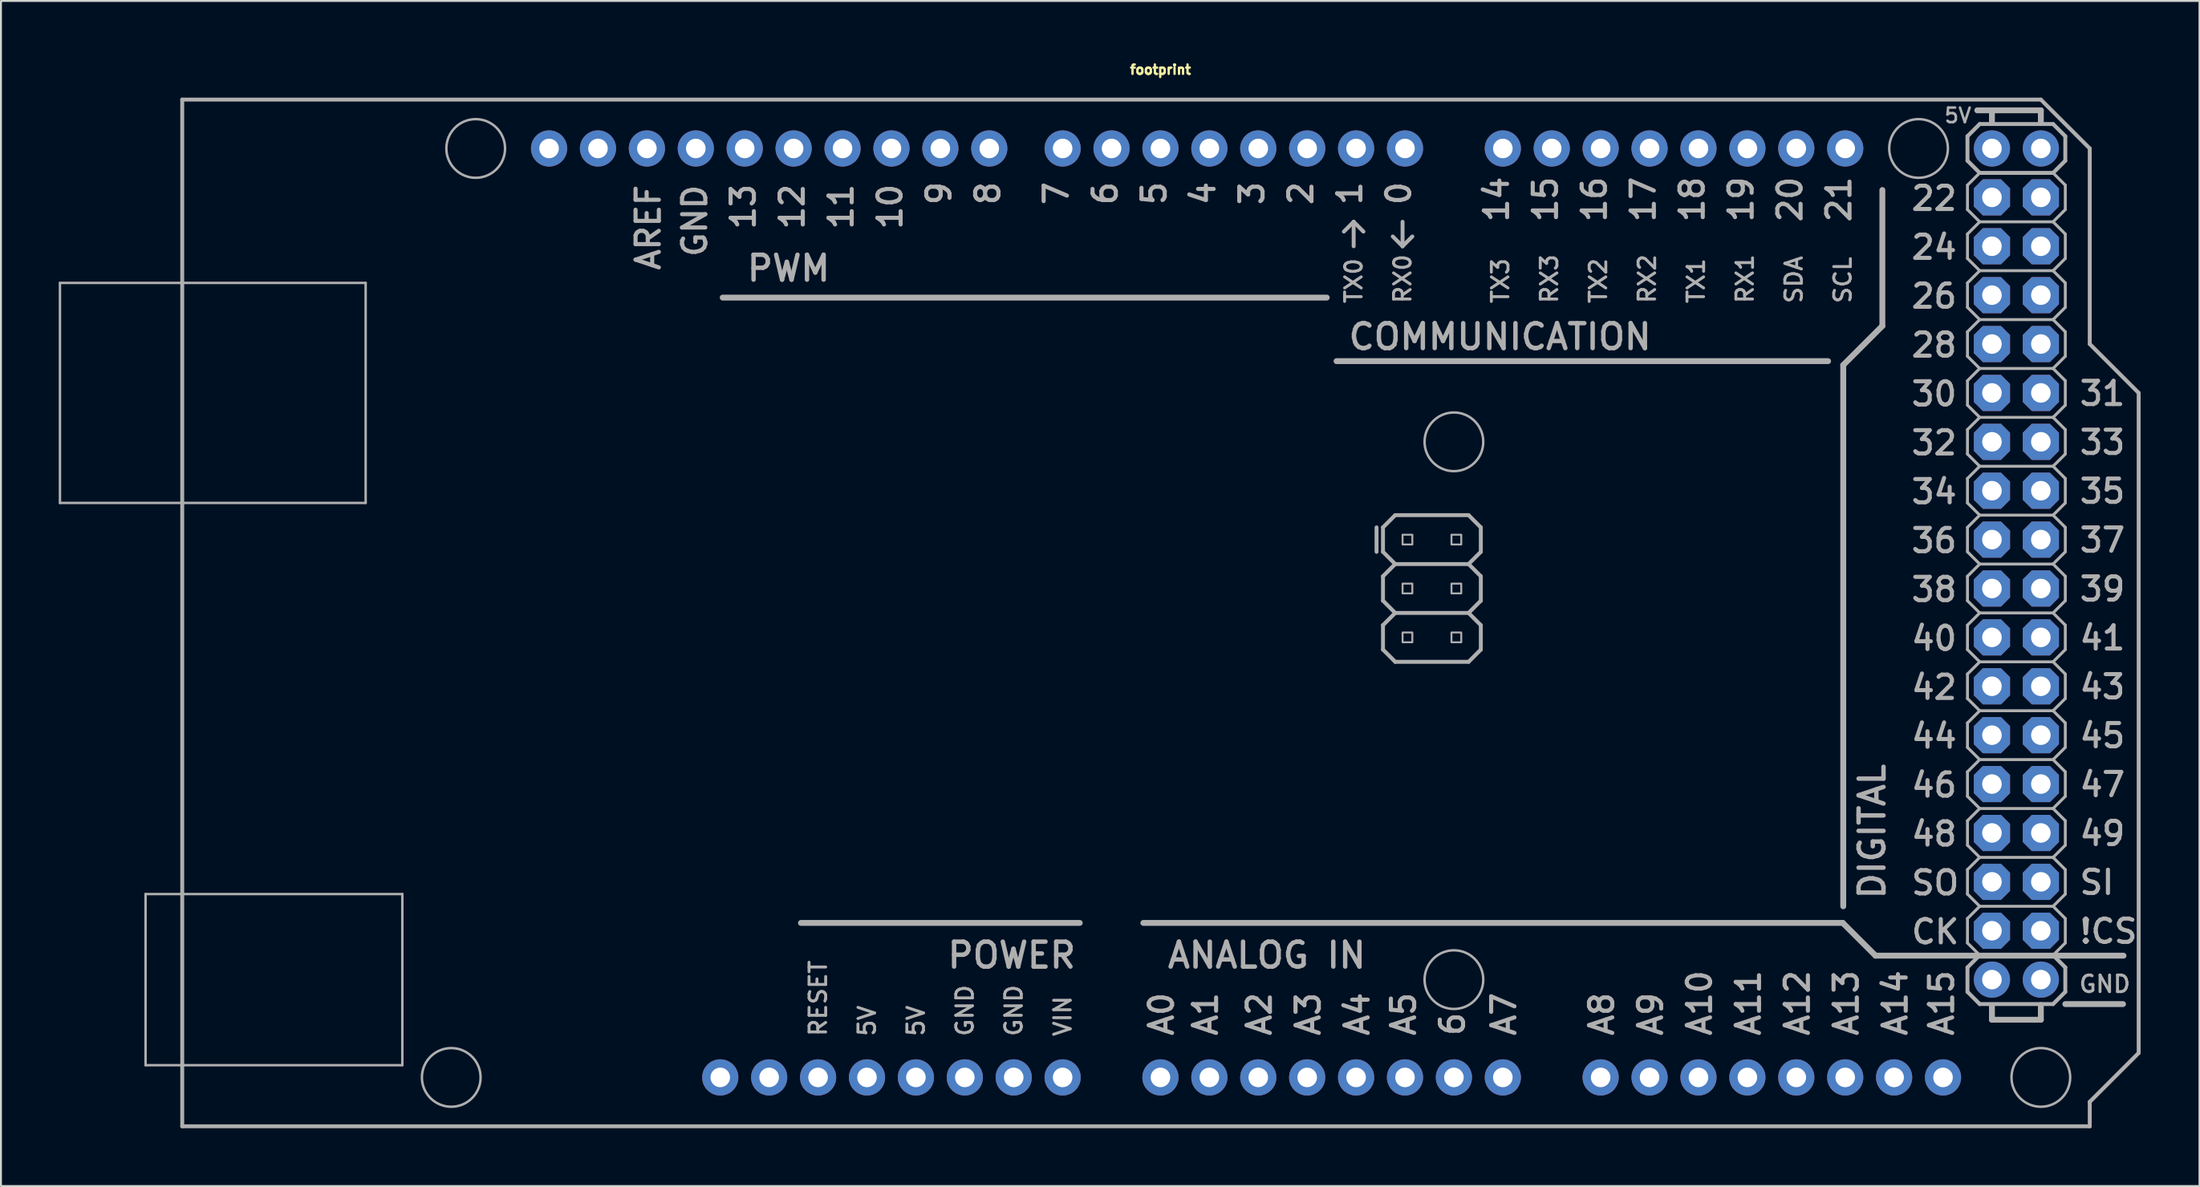
<source format=kicad_pcb>
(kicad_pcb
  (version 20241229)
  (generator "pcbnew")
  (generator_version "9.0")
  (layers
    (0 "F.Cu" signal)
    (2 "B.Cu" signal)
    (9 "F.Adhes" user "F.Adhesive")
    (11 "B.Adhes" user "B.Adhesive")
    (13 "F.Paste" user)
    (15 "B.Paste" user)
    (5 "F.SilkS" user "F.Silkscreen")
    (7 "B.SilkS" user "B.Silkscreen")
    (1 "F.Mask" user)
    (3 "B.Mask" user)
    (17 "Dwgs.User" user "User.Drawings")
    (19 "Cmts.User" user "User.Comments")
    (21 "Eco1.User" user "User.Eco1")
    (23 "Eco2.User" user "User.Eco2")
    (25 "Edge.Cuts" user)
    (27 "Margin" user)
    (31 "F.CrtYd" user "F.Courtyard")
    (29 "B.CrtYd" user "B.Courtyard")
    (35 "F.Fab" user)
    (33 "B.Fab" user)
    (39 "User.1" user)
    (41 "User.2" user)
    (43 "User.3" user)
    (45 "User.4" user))
  (footprint "footprint"
    (layer "F.Cu")
    (at 55.944 28.793)
    (property "Reference" "footprint" (at 1.27 -27.94 0) (layer "F.SilkS") (effects (font (size 0.488 0.488) (thickness 0.122)) (justify bottom)))
    (fp_line (start -55.88 -17.145) (end -55.88 -5.715) (stroke (width 0.127) (type solid)) (layer "F.Fab"))
    (fp_line (start -55.88 -5.715) (end -40.005 -5.715) (stroke (width 0.127) (type solid)) (layer "F.Fab"))
    (fp_line (start -51.435 14.605) (end -51.435 23.495) (stroke (width 0.127) (type solid)) (layer "F.Fab"))
    (fp_line (start -51.435 23.495) (end -38.1 23.495) (stroke (width 0.127) (type solid)) (layer "F.Fab"))
    (fp_line (start -49.53 -26.67) (end 46.99 -26.67) (stroke (width 0.203) (type solid)) (layer "F.Fab"))
    (fp_line (start -49.53 26.67) (end -49.53 -26.67) (stroke (width 0.203) (type solid)) (layer "F.Fab"))
    (fp_line (start -40.005 -17.145) (end -55.88 -17.145) (stroke (width 0.127) (type solid)) (layer "F.Fab"))
    (fp_line (start -40.005 -5.715) (end -40.005 -17.145) (stroke (width 0.127) (type solid)) (layer "F.Fab"))
    (fp_line (start -38.1 14.605) (end -51.435 14.605) (stroke (width 0.127) (type solid)) (layer "F.Fab"))
    (fp_line (start -38.1 23.495) (end -38.1 14.605) (stroke (width 0.127) (type solid)) (layer "F.Fab"))
    (fp_line (start -2.921 16.104) (end -17.399 16.104) (stroke (width 0.305) (type solid)) (layer "F.Fab"))
    (fp_line (start 9.906 -16.383) (end -21.463 -16.383) (stroke (width 0.305) (type solid)) (layer "F.Fab"))
    (fp_line (start 10.414 -13.081) (end 35.941 -13.081) (stroke (width 0.305) (type solid)) (layer "F.Fab"))
    (fp_line (start 10.795 -19.812) (end 11.303 -20.32) (stroke (width 0.203) (type solid)) (layer "F.Fab"))
    (fp_line (start 11.303 -20.32) (end 11.811 -19.812) (stroke (width 0.203) (type solid)) (layer "F.Fab"))
    (fp_line (start 11.303 -19.05) (end 11.303 -20.32) (stroke (width 0.203) (type solid)) (layer "F.Fab"))
    (fp_line (start 12.492 -3.175) (end 12.492 -4.445) (stroke (width 0.203) (type solid)) (layer "F.Fab"))
    (fp_line (start 12.827 -4.445) (end 12.827 -3.175) (stroke (width 0.203) (type solid)) (layer "F.Fab"))
    (fp_line (start 12.827 -3.175) (end 13.462 -2.54) (stroke (width 0.203) (type solid)) (layer "F.Fab"))
    (fp_line (start 12.827 -1.905) (end 12.827 -0.635) (stroke (width 0.203) (type solid)) (layer "F.Fab"))
    (fp_line (start 12.827 -0.635) (end 13.462 0) (stroke (width 0.203) (type solid)) (layer "F.Fab"))
    (fp_line (start 12.827 0.635) (end 12.827 1.905) (stroke (width 0.203) (type solid)) (layer "F.Fab"))
    (fp_line (start 12.827 1.905) (end 13.462 2.54) (stroke (width 0.203) (type solid)) (layer "F.Fab"))
    (fp_line (start 13.462 -5.08) (end 12.827 -4.445) (stroke (width 0.203) (type solid)) (layer "F.Fab"))
    (fp_line (start 13.462 -5.08) (end 17.272 -5.08) (stroke (width 0.203) (type solid)) (layer "F.Fab"))
    (fp_line (start 13.462 -2.54) (end 12.827 -1.905) (stroke (width 0.203) (type solid)) (layer "F.Fab"))
    (fp_line (start 13.462 0) (end 12.827 0.635) (stroke (width 0.203) (type solid)) (layer "F.Fab"))
    (fp_line (start 13.843 -20.32) (end 13.843 -19.05) (stroke (width 0.203) (type solid)) (layer "F.Fab"))
    (fp_line (start 13.843 -19.05) (end 13.335 -19.558) (stroke (width 0.203) (type solid)) (layer "F.Fab"))
    (fp_line (start 14.351 -19.558) (end 13.843 -19.05) (stroke (width 0.203) (type solid)) (layer "F.Fab"))
    (fp_line (start 17.272 -5.08) (end 17.907 -4.445) (stroke (width 0.203) (type solid)) (layer "F.Fab"))
    (fp_line (start 17.272 -2.54) (end 13.462 -2.54) (stroke (width 0.203) (type solid)) (layer "F.Fab"))
    (fp_line (start 17.272 -2.54) (end 17.907 -1.905) (stroke (width 0.203) (type solid)) (layer "F.Fab"))
    (fp_line (start 17.272 0) (end 13.462 0) (stroke (width 0.203) (type solid)) (layer "F.Fab"))
    (fp_line (start 17.272 0) (end 17.907 0.635) (stroke (width 0.203) (type solid)) (layer "F.Fab"))
    (fp_line (start 17.272 2.54) (end 13.462 2.54) (stroke (width 0.203) (type solid)) (layer "F.Fab"))
    (fp_line (start 17.907 -4.445) (end 17.907 -3.175) (stroke (width 0.203) (type solid)) (layer "F.Fab"))
    (fp_line (start 17.907 -3.175) (end 17.272 -2.54) (stroke (width 0.203) (type solid)) (layer "F.Fab"))
    (fp_line (start 17.907 -1.905) (end 17.907 -0.635) (stroke (width 0.203) (type solid)) (layer "F.Fab"))
    (fp_line (start 17.907 -0.635) (end 17.272 0) (stroke (width 0.203) (type solid)) (layer "F.Fab"))
    (fp_line (start 17.907 0.635) (end 17.907 1.905) (stroke (width 0.203) (type solid)) (layer "F.Fab"))
    (fp_line (start 17.907 1.905) (end 17.272 2.54) (stroke (width 0.203) (type solid)) (layer "F.Fab"))
    (fp_line (start 36.703 16.104) (end 0.381 16.104) (stroke (width 0.305) (type solid)) (layer "F.Fab"))
    (fp_line (start 36.703 16.104) (end 38.405 17.805) (stroke (width 0.305) (type solid)) (layer "F.Fab"))
    (fp_line (start 36.728 -12.878) (end 36.728 15.24) (stroke (width 0.305) (type solid)) (layer "F.Fab"))
    (fp_line (start 36.728 -12.878) (end 38.76 -14.91) (stroke (width 0.305) (type solid)) (layer "F.Fab"))
    (fp_line (start 38.405 17.805) (end 51.283 17.805) (stroke (width 0.305) (type solid)) (layer "F.Fab"))
    (fp_line (start 38.76 -14.91) (end 38.76 -21.971) (stroke (width 0.305) (type solid)) (layer "F.Fab"))
    (fp_line (start 43.18 -24.765) (end 43.18 -23.495) (stroke (width 0.203) (type solid)) (layer "F.Fab"))
    (fp_line (start 43.18 -23.495) (end 43.815 -22.86) (stroke (width 0.203) (type solid)) (layer "F.Fab"))
    (fp_line (start 43.18 -22.225) (end 43.815 -22.86) (stroke (width 0.152) (type solid)) (layer "F.Fab"))
    (fp_line (start 43.18 -20.955) (end 43.18 -22.225) (stroke (width 0.152) (type solid)) (layer "F.Fab"))
    (fp_line (start 43.18 -19.685) (end 43.815 -20.32) (stroke (width 0.152) (type solid)) (layer "F.Fab"))
    (fp_line (start 43.18 -18.415) (end 43.18 -19.685) (stroke (width 0.152) (type solid)) (layer "F.Fab"))
    (fp_line (start 43.18 -17.145) (end 43.815 -17.78) (stroke (width 0.152) (type solid)) (layer "F.Fab"))
    (fp_line (start 43.18 -15.875) (end 43.18 -17.145) (stroke (width 0.152) (type solid)) (layer "F.Fab"))
    (fp_line (start 43.18 -14.605) (end 43.815 -15.24) (stroke (width 0.152) (type solid)) (layer "F.Fab"))
    (fp_line (start 43.18 -13.335) (end 43.18 -14.605) (stroke (width 0.152) (type solid)) (layer "F.Fab"))
    (fp_line (start 43.18 -12.065) (end 43.815 -12.7) (stroke (width 0.152) (type solid)) (layer "F.Fab"))
    (fp_line (start 43.18 -10.795) (end 43.18 -12.065) (stroke (width 0.152) (type solid)) (layer "F.Fab"))
    (fp_line (start 43.18 -9.525) (end 43.815 -10.16) (stroke (width 0.152) (type solid)) (layer "F.Fab"))
    (fp_line (start 43.18 -8.255) (end 43.18 -9.525) (stroke (width 0.152) (type solid)) (layer "F.Fab"))
    (fp_line (start 43.18 -6.985) (end 43.815 -7.62) (stroke (width 0.152) (type solid)) (layer "F.Fab"))
    (fp_line (start 43.18 -5.715) (end 43.18 -6.985) (stroke (width 0.152) (type solid)) (layer "F.Fab"))
    (fp_line (start 43.18 -4.445) (end 43.815 -5.08) (stroke (width 0.152) (type solid)) (layer "F.Fab"))
    (fp_line (start 43.18 -3.175) (end 43.18 -4.445) (stroke (width 0.152) (type solid)) (layer "F.Fab"))
    (fp_line (start 43.18 -1.905) (end 43.815 -2.54) (stroke (width 0.152) (type solid)) (layer "F.Fab"))
    (fp_line (start 43.18 -0.635) (end 43.18 -1.905) (stroke (width 0.152) (type solid)) (layer "F.Fab"))
    (fp_line (start 43.18 0.635) (end 43.815 0) (stroke (width 0.152) (type solid)) (layer "F.Fab"))
    (fp_line (start 43.18 1.905) (end 43.18 0.635) (stroke (width 0.152) (type solid)) (layer "F.Fab"))
    (fp_line (start 43.18 3.175) (end 43.815 2.54) (stroke (width 0.152) (type solid)) (layer "F.Fab"))
    (fp_line (start 43.18 4.445) (end 43.18 3.175) (stroke (width 0.152) (type solid)) (layer "F.Fab"))
    (fp_line (start 43.18 5.715) (end 43.815 5.08) (stroke (width 0.152) (type solid)) (layer "F.Fab"))
    (fp_line (start 43.18 6.985) (end 43.18 5.715) (stroke (width 0.152) (type solid)) (layer "F.Fab"))
    (fp_line (start 43.18 8.255) (end 43.815 7.62) (stroke (width 0.152) (type solid)) (layer "F.Fab"))
    (fp_line (start 43.18 9.525) (end 43.18 8.255) (stroke (width 0.152) (type solid)) (layer "F.Fab"))
    (fp_line (start 43.18 10.795) (end 43.815 10.16) (stroke (width 0.152) (type solid)) (layer "F.Fab"))
    (fp_line (start 43.18 12.065) (end 43.18 10.795) (stroke (width 0.152) (type solid)) (layer "F.Fab"))
    (fp_line (start 43.18 13.335) (end 43.815 12.7) (stroke (width 0.152) (type solid)) (layer "F.Fab"))
    (fp_line (start 43.18 14.605) (end 43.18 13.335) (stroke (width 0.152) (type solid)) (layer "F.Fab"))
    (fp_line (start 43.18 15.875) (end 43.815 15.24) (stroke (width 0.152) (type solid)) (layer "F.Fab"))
    (fp_line (start 43.18 17.145) (end 43.18 15.875) (stroke (width 0.152) (type solid)) (layer "F.Fab"))
    (fp_line (start 43.18 18.415) (end 43.18 19.685) (stroke (width 0.203) (type solid)) (layer "F.Fab"))
    (fp_line (start 43.18 19.685) (end 43.815 20.32) (stroke (width 0.203) (type solid)) (layer "F.Fab"))
    (fp_line (start 43.688 -26.111) (end 44.45 -26.111) (stroke (width 0.305) (type solid)) (layer "F.Fab"))
    (fp_line (start 43.815 -25.4) (end 43.18 -24.765) (stroke (width 0.203) (type solid)) (layer "F.Fab"))
    (fp_line (start 43.815 -25.4) (end 47.625 -25.4) (stroke (width 0.203) (type solid)) (layer "F.Fab"))
    (fp_line (start 43.815 -20.32) (end 43.18 -20.955) (stroke (width 0.152) (type solid)) (layer "F.Fab"))
    (fp_line (start 43.815 -20.32) (end 47.625 -20.32) (stroke (width 0.152) (type solid)) (layer "F.Fab"))
    (fp_line (start 43.815 -17.78) (end 43.18 -18.415) (stroke (width 0.152) (type solid)) (layer "F.Fab"))
    (fp_line (start 43.815 -17.78) (end 47.625 -17.78) (stroke (width 0.152) (type solid)) (layer "F.Fab"))
    (fp_line (start 43.815 -15.24) (end 43.18 -15.875) (stroke (width 0.152) (type solid)) (layer "F.Fab"))
    (fp_line (start 43.815 -15.24) (end 47.625 -15.24) (stroke (width 0.152) (type solid)) (layer "F.Fab"))
    (fp_line (start 43.815 -12.7) (end 43.18 -13.335) (stroke (width 0.152) (type solid)) (layer "F.Fab"))
    (fp_line (start 43.815 -12.7) (end 47.625 -12.7) (stroke (width 0.152) (type solid)) (layer "F.Fab"))
    (fp_line (start 43.815 -10.16) (end 43.18 -10.795) (stroke (width 0.152) (type solid)) (layer "F.Fab"))
    (fp_line (start 43.815 -10.16) (end 47.625 -10.16) (stroke (width 0.152) (type solid)) (layer "F.Fab"))
    (fp_line (start 43.815 -7.62) (end 43.18 -8.255) (stroke (width 0.152) (type solid)) (layer "F.Fab"))
    (fp_line (start 43.815 -7.62) (end 47.625 -7.62) (stroke (width 0.152) (type solid)) (layer "F.Fab"))
    (fp_line (start 43.815 -5.08) (end 43.18 -5.715) (stroke (width 0.152) (type solid)) (layer "F.Fab"))
    (fp_line (start 43.815 -5.08) (end 47.625 -5.08) (stroke (width 0.152) (type solid)) (layer "F.Fab"))
    (fp_line (start 43.815 -2.54) (end 43.18 -3.175) (stroke (width 0.152) (type solid)) (layer "F.Fab"))
    (fp_line (start 43.815 -2.54) (end 47.625 -2.54) (stroke (width 0.152) (type solid)) (layer "F.Fab"))
    (fp_line (start 43.815 0) (end 43.18 -0.635) (stroke (width 0.152) (type solid)) (layer "F.Fab"))
    (fp_line (start 43.815 0) (end 47.625 0) (stroke (width 0.152) (type solid)) (layer "F.Fab"))
    (fp_line (start 43.815 2.54) (end 43.18 1.905) (stroke (width 0.152) (type solid)) (layer "F.Fab"))
    (fp_line (start 43.815 2.54) (end 47.625 2.54) (stroke (width 0.152) (type solid)) (layer "F.Fab"))
    (fp_line (start 43.815 5.08) (end 43.18 4.445) (stroke (width 0.152) (type solid)) (layer "F.Fab"))
    (fp_line (start 43.815 5.08) (end 47.625 5.08) (stroke (width 0.152) (type solid)) (layer "F.Fab"))
    (fp_line (start 43.815 7.62) (end 43.18 6.985) (stroke (width 0.152) (type solid)) (layer "F.Fab"))
    (fp_line (start 43.815 7.62) (end 47.625 7.62) (stroke (width 0.152) (type solid)) (layer "F.Fab"))
    (fp_line (start 43.815 10.16) (end 43.18 9.525) (stroke (width 0.152) (type solid)) (layer "F.Fab"))
    (fp_line (start 43.815 10.16) (end 47.625 10.16) (stroke (width 0.152) (type solid)) (layer "F.Fab"))
    (fp_line (start 43.815 12.7) (end 43.18 12.065) (stroke (width 0.152) (type solid)) (layer "F.Fab"))
    (fp_line (start 43.815 12.7) (end 47.625 12.7) (stroke (width 0.152) (type solid)) (layer "F.Fab"))
    (fp_line (start 43.815 15.24) (end 43.18 14.605) (stroke (width 0.152) (type solid)) (layer "F.Fab"))
    (fp_line (start 43.815 15.24) (end 47.625 15.24) (stroke (width 0.152) (type solid)) (layer "F.Fab"))
    (fp_line (start 43.815 17.78) (end 43.18 17.145) (stroke (width 0.152) (type solid)) (layer "F.Fab"))
    (fp_line (start 43.815 17.78) (end 43.18 18.415) (stroke (width 0.203) (type solid)) (layer "F.Fab"))
    (fp_line (start 43.815 17.78) (end 47.625 17.78) (stroke (width 0.203) (type solid)) (layer "F.Fab"))
    (fp_line (start 44.45 -26.111) (end 46.99 -26.111) (stroke (width 0.305) (type solid)) (layer "F.Fab"))
    (fp_line (start 44.45 -25.476) (end 44.45 -26.111) (stroke (width 0.305) (type solid)) (layer "F.Fab"))
    (fp_line (start 44.45 20.396) (end 44.45 21.133) (stroke (width 0.305) (type solid)) (layer "F.Fab"))
    (fp_line (start 44.45 21.133) (end 46.99 21.133) (stroke (width 0.305) (type solid)) (layer "F.Fab"))
    (fp_line (start 46.99 -26.67) (end 49.53 -24.13) (stroke (width 0.203) (type solid)) (layer "F.Fab"))
    (fp_line (start 46.99 -26.111) (end 46.99 -25.451) (stroke (width 0.305) (type solid)) (layer "F.Fab"))
    (fp_line (start 46.99 21.133) (end 46.99 20.371) (stroke (width 0.305) (type solid)) (layer "F.Fab"))
    (fp_line (start 47.625 -25.4) (end 48.26 -24.765) (stroke (width 0.203) (type solid)) (layer "F.Fab"))
    (fp_line (start 47.625 -22.86) (end 43.815 -22.86) (stroke (width 0.203) (type solid)) (layer "F.Fab"))
    (fp_line (start 47.625 -22.86) (end 48.26 -22.225) (stroke (width 0.152) (type solid)) (layer "F.Fab"))
    (fp_line (start 47.625 -20.32) (end 48.26 -20.955) (stroke (width 0.152) (type solid)) (layer "F.Fab"))
    (fp_line (start 47.625 -20.32) (end 48.26 -19.685) (stroke (width 0.152) (type solid)) (layer "F.Fab"))
    (fp_line (start 47.625 -17.78) (end 48.26 -18.415) (stroke (width 0.152) (type solid)) (layer "F.Fab"))
    (fp_line (start 47.625 -15.24) (end 48.26 -15.875) (stroke (width 0.152) (type solid)) (layer "F.Fab"))
    (fp_line (start 47.625 -12.7) (end 48.26 -13.335) (stroke (width 0.152) (type solid)) (layer "F.Fab"))
    (fp_line (start 47.625 -10.16) (end 48.26 -10.795) (stroke (width 0.152) (type solid)) (layer "F.Fab"))
    (fp_line (start 47.625 -7.62) (end 48.26 -8.255) (stroke (width 0.152) (type solid)) (layer "F.Fab"))
    (fp_line (start 47.625 -5.08) (end 48.26 -5.715) (stroke (width 0.152) (type solid)) (layer "F.Fab"))
    (fp_line (start 47.625 -2.54) (end 48.26 -3.175) (stroke (width 0.152) (type solid)) (layer "F.Fab"))
    (fp_line (start 47.625 -2.54) (end 48.26 -1.905) (stroke (width 0.152) (type solid)) (layer "F.Fab"))
    (fp_line (start 47.625 0) (end 48.26 -0.635) (stroke (width 0.152) (type solid)) (layer "F.Fab"))
    (fp_line (start 47.625 0) (end 48.26 0.635) (stroke (width 0.152) (type solid)) (layer "F.Fab"))
    (fp_line (start 47.625 2.54) (end 48.26 1.905) (stroke (width 0.152) (type solid)) (layer "F.Fab"))
    (fp_line (start 47.625 5.08) (end 48.26 4.445) (stroke (width 0.152) (type solid)) (layer "F.Fab"))
    (fp_line (start 47.625 7.62) (end 48.26 6.985) (stroke (width 0.152) (type solid)) (layer "F.Fab"))
    (fp_line (start 47.625 10.16) (end 48.26 9.525) (stroke (width 0.152) (type solid)) (layer "F.Fab"))
    (fp_line (start 47.625 12.7) (end 48.26 12.065) (stroke (width 0.152) (type solid)) (layer "F.Fab"))
    (fp_line (start 47.625 15.24) (end 48.26 14.605) (stroke (width 0.152) (type solid)) (layer "F.Fab"))
    (fp_line (start 47.625 17.78) (end 48.26 17.145) (stroke (width 0.152) (type solid)) (layer "F.Fab"))
    (fp_line (start 47.625 17.78) (end 48.26 18.415) (stroke (width 0.203) (type solid)) (layer "F.Fab"))
    (fp_line (start 47.625 20.32) (end 43.815 20.32) (stroke (width 0.203) (type solid)) (layer "F.Fab"))
    (fp_line (start 48.26 -24.765) (end 48.26 -23.495) (stroke (width 0.203) (type solid)) (layer "F.Fab"))
    (fp_line (start 48.26 -23.495) (end 47.625 -22.86) (stroke (width 0.203) (type solid)) (layer "F.Fab"))
    (fp_line (start 48.26 -20.955) (end 48.26 -22.225) (stroke (width 0.152) (type solid)) (layer "F.Fab"))
    (fp_line (start 48.26 -18.415) (end 48.26 -19.685) (stroke (width 0.152) (type solid)) (layer "F.Fab"))
    (fp_line (start 48.26 -17.145) (end 47.625 -17.78) (stroke (width 0.152) (type solid)) (layer "F.Fab"))
    (fp_line (start 48.26 -15.875) (end 48.26 -17.145) (stroke (width 0.152) (type solid)) (layer "F.Fab"))
    (fp_line (start 48.26 -14.605) (end 47.625 -15.24) (stroke (width 0.152) (type solid)) (layer "F.Fab"))
    (fp_line (start 48.26 -13.335) (end 48.26 -14.605) (stroke (width 0.152) (type solid)) (layer "F.Fab"))
    (fp_line (start 48.26 -12.065) (end 47.625 -12.7) (stroke (width 0.152) (type solid)) (layer "F.Fab"))
    (fp_line (start 48.26 -10.795) (end 48.26 -12.065) (stroke (width 0.152) (type solid)) (layer "F.Fab"))
    (fp_line (start 48.26 -9.525) (end 47.625 -10.16) (stroke (width 0.152) (type solid)) (layer "F.Fab"))
    (fp_line (start 48.26 -8.255) (end 48.26 -9.525) (stroke (width 0.152) (type solid)) (layer "F.Fab"))
    (fp_line (start 48.26 -6.985) (end 47.625 -7.62) (stroke (width 0.152) (type solid)) (layer "F.Fab"))
    (fp_line (start 48.26 -5.715) (end 48.26 -6.985) (stroke (width 0.152) (type solid)) (layer "F.Fab"))
    (fp_line (start 48.26 -4.445) (end 47.625 -5.08) (stroke (width 0.152) (type solid)) (layer "F.Fab"))
    (fp_line (start 48.26 -3.175) (end 48.26 -4.445) (stroke (width 0.152) (type solid)) (layer "F.Fab"))
    (fp_line (start 48.26 -0.635) (end 48.26 -1.905) (stroke (width 0.152) (type solid)) (layer "F.Fab"))
    (fp_line (start 48.26 1.905) (end 48.26 0.635) (stroke (width 0.152) (type solid)) (layer "F.Fab"))
    (fp_line (start 48.26 3.175) (end 47.625 2.54) (stroke (width 0.152) (type solid)) (layer "F.Fab"))
    (fp_line (start 48.26 4.445) (end 48.26 3.175) (stroke (width 0.152) (type solid)) (layer "F.Fab"))
    (fp_line (start 48.26 5.715) (end 47.625 5.08) (stroke (width 0.152) (type solid)) (layer "F.Fab"))
    (fp_line (start 48.26 6.985) (end 48.26 5.715) (stroke (width 0.152) (type solid)) (layer "F.Fab"))
    (fp_line (start 48.26 8.255) (end 47.625 7.62) (stroke (width 0.152) (type solid)) (layer "F.Fab"))
    (fp_line (start 48.26 9.525) (end 48.26 8.255) (stroke (width 0.152) (type solid)) (layer "F.Fab"))
    (fp_line (start 48.26 10.795) (end 47.625 10.16) (stroke (width 0.152) (type solid)) (layer "F.Fab"))
    (fp_line (start 48.26 12.065) (end 48.26 10.795) (stroke (width 0.152) (type solid)) (layer "F.Fab"))
    (fp_line (start 48.26 13.335) (end 47.625 12.7) (stroke (width 0.152) (type solid)) (layer "F.Fab"))
    (fp_line (start 48.26 14.605) (end 48.26 13.335) (stroke (width 0.152) (type solid)) (layer "F.Fab"))
    (fp_line (start 48.26 15.875) (end 47.625 15.24) (stroke (width 0.152) (type solid)) (layer "F.Fab"))
    (fp_line (start 48.26 17.145) (end 48.26 15.875) (stroke (width 0.152) (type solid)) (layer "F.Fab"))
    (fp_line (start 48.26 18.415) (end 48.26 19.685) (stroke (width 0.203) (type solid)) (layer "F.Fab"))
    (fp_line (start 48.26 19.685) (end 47.625 20.32) (stroke (width 0.203) (type solid)) (layer "F.Fab"))
    (fp_line (start 48.26 20.32) (end 51.257 20.32) (stroke (width 0.305) (type solid)) (layer "F.Fab"))
    (fp_line (start 49.53 -24.13) (end 49.53 -13.97) (stroke (width 0.203) (type solid)) (layer "F.Fab"))
    (fp_line (start 49.53 -13.97) (end 52.07 -11.43) (stroke (width 0.203) (type solid)) (layer "F.Fab"))
    (fp_line (start 49.53 25.4) (end 49.53 26.67) (stroke (width 0.203) (type solid)) (layer "F.Fab"))
    (fp_line (start 49.53 26.67) (end -49.53 26.67) (stroke (width 0.203) (type solid)) (layer "F.Fab"))
    (fp_line (start 52.07 -11.43) (end 52.07 22.86) (stroke (width 0.203) (type solid)) (layer "F.Fab"))
    (fp_line (start 52.07 22.86) (end 49.53 25.4) (stroke (width 0.203) (type solid)) (layer "F.Fab"))
    (fp_circle (center -35.56 24.13) (end -34.036 24.13) (stroke (width 0.127) (type solid)) (fill no) (layer "F.Fab"))
    (fp_circle (center -34.29 -24.13) (end -32.766 -24.13) (stroke (width 0.127) (type solid)) (fill no) (layer "F.Fab"))
    (fp_circle (center 16.51 -8.89) (end 18.034 -8.89) (stroke (width 0.127) (type solid)) (fill no) (layer "F.Fab"))
    (fp_circle (center 16.51 19.05) (end 18.034 19.05) (stroke (width 0.127) (type solid)) (fill no) (layer "F.Fab"))
    (fp_circle (center 40.64 -24.13) (end 42.164 -24.13) (stroke (width 0.127) (type solid)) (fill no) (layer "F.Fab"))
    (fp_circle (center 46.99 24.13) (end 48.514 24.13) (stroke (width 0.127) (type solid)) (fill no) (layer "F.Fab"))
    (fp_poly (pts (xy -30.734 -23.876) (xy -30.226 -23.876) (xy -30.226 -24.384) (xy -30.734 -24.384)) (stroke (width 0.1) (type solid)) (fill no) (layer "F.Fab"))
    (fp_poly (pts (xy -28.194 -23.876) (xy -27.686 -23.876) (xy -27.686 -24.384) (xy -28.194 -24.384)) (stroke (width 0.1) (type solid)) (fill no) (layer "F.Fab"))
    (fp_poly (pts (xy -25.654 -23.876) (xy -25.146 -23.876) (xy -25.146 -24.384) (xy -25.654 -24.384)) (stroke (width 0.1) (type solid)) (fill no) (layer "F.Fab"))
    (fp_poly (pts (xy -23.114 -23.876) (xy -22.606 -23.876) (xy -22.606 -24.384) (xy -23.114 -24.384)) (stroke (width 0.1) (type solid)) (fill no) (layer "F.Fab"))
    (fp_poly (pts (xy -21.336 23.876) (xy -21.844 23.876) (xy -21.844 24.384) (xy -21.336 24.384)) (stroke (width 0.1) (type solid)) (fill no) (layer "F.Fab"))
    (fp_poly (pts (xy -20.574 -23.876) (xy -20.066 -23.876) (xy -20.066 -24.384) (xy -20.574 -24.384)) (stroke (width 0.1) (type solid)) (fill no) (layer "F.Fab"))
    (fp_poly (pts (xy -18.796 23.876) (xy -19.304 23.876) (xy -19.304 24.384) (xy -18.796 24.384)) (stroke (width 0.1) (type solid)) (fill no) (layer "F.Fab"))
    (fp_poly (pts (xy -18.034 -23.876) (xy -17.526 -23.876) (xy -17.526 -24.384) (xy -18.034 -24.384)) (stroke (width 0.1) (type solid)) (fill no) (layer "F.Fab"))
    (fp_poly (pts (xy -16.764 24.384) (xy -16.256 24.384) (xy -16.256 23.876) (xy -16.764 23.876)) (stroke (width 0.1) (type solid)) (fill no) (layer "F.Fab"))
    (fp_poly (pts (xy -15.494 -23.876) (xy -14.986 -23.876) (xy -14.986 -24.384) (xy -15.494 -24.384)) (stroke (width 0.1) (type solid)) (fill no) (layer "F.Fab"))
    (fp_poly (pts (xy -14.224 24.384) (xy -13.716 24.384) (xy -13.716 23.876) (xy -14.224 23.876)) (stroke (width 0.1) (type solid)) (fill no) (layer "F.Fab"))
    (fp_poly (pts (xy -12.954 -23.876) (xy -12.446 -23.876) (xy -12.446 -24.384) (xy -12.954 -24.384)) (stroke (width 0.1) (type solid)) (fill no) (layer "F.Fab"))
    (fp_poly (pts (xy -11.684 24.384) (xy -11.176 24.384) (xy -11.176 23.876) (xy -11.684 23.876)) (stroke (width 0.1) (type solid)) (fill no) (layer "F.Fab"))
    (fp_poly (pts (xy -10.414 -23.876) (xy -9.906 -23.876) (xy -9.906 -24.384) (xy -10.414 -24.384)) (stroke (width 0.1) (type solid)) (fill no) (layer "F.Fab"))
    (fp_poly (pts (xy -9.144 24.384) (xy -8.636 24.384) (xy -8.636 23.876) (xy -9.144 23.876)) (stroke (width 0.1) (type solid)) (fill no) (layer "F.Fab"))
    (fp_poly (pts (xy -7.874 -23.876) (xy -7.366 -23.876) (xy -7.366 -24.384) (xy -7.874 -24.384)) (stroke (width 0.1) (type solid)) (fill no) (layer "F.Fab"))
    (fp_poly (pts (xy -6.604 24.384) (xy -6.096 24.384) (xy -6.096 23.876) (xy -6.604 23.876)) (stroke (width 0.1) (type solid)) (fill no) (layer "F.Fab"))
    (fp_poly (pts (xy -4.064 -23.876) (xy -3.556 -23.876) (xy -3.556 -24.384) (xy -4.064 -24.384)) (stroke (width 0.1) (type solid)) (fill no) (layer "F.Fab"))
    (fp_poly (pts (xy -4.064 24.384) (xy -3.556 24.384) (xy -3.556 23.876) (xy -4.064 23.876)) (stroke (width 0.1) (type solid)) (fill no) (layer "F.Fab"))
    (fp_poly (pts (xy -1.524 -23.876) (xy -1.016 -23.876) (xy -1.016 -24.384) (xy -1.524 -24.384)) (stroke (width 0.1) (type solid)) (fill no) (layer "F.Fab"))
    (fp_poly (pts (xy 1.016 -23.876) (xy 1.524 -23.876) (xy 1.524 -24.384) (xy 1.016 -24.384)) (stroke (width 0.1) (type solid)) (fill no) (layer "F.Fab"))
    (fp_poly (pts (xy 1.016 24.384) (xy 1.524 24.384) (xy 1.524 23.876) (xy 1.016 23.876)) (stroke (width 0.1) (type solid)) (fill no) (layer "F.Fab"))
    (fp_poly (pts (xy 3.556 -23.876) (xy 4.064 -23.876) (xy 4.064 -24.384) (xy 3.556 -24.384)) (stroke (width 0.1) (type solid)) (fill no) (layer "F.Fab"))
    (fp_poly (pts (xy 3.556 24.384) (xy 4.064 24.384) (xy 4.064 23.876) (xy 3.556 23.876)) (stroke (width 0.1) (type solid)) (fill no) (layer "F.Fab"))
    (fp_poly (pts (xy 6.096 -23.876) (xy 6.604 -23.876) (xy 6.604 -24.384) (xy 6.096 -24.384)) (stroke (width 0.1) (type solid)) (fill no) (layer "F.Fab"))
    (fp_poly (pts (xy 6.096 24.384) (xy 6.604 24.384) (xy 6.604 23.876) (xy 6.096 23.876)) (stroke (width 0.1) (type solid)) (fill no) (layer "F.Fab"))
    (fp_poly (pts (xy 8.636 -23.876) (xy 9.144 -23.876) (xy 9.144 -24.384) (xy 8.636 -24.384)) (stroke (width 0.1) (type solid)) (fill no) (layer "F.Fab"))
    (fp_poly (pts (xy 8.636 24.384) (xy 9.144 24.384) (xy 9.144 23.876) (xy 8.636 23.876)) (stroke (width 0.1) (type solid)) (fill no) (layer "F.Fab"))
    (fp_poly (pts (xy 11.176 -23.876) (xy 11.684 -23.876) (xy 11.684 -24.384) (xy 11.176 -24.384)) (stroke (width 0.1) (type solid)) (fill no) (layer "F.Fab"))
    (fp_poly (pts (xy 11.176 24.384) (xy 11.684 24.384) (xy 11.684 23.876) (xy 11.176 23.876)) (stroke (width 0.1) (type solid)) (fill no) (layer "F.Fab"))
    (fp_poly (pts (xy 13.716 -23.876) (xy 14.224 -23.876) (xy 14.224 -24.384) (xy 13.716 -24.384)) (stroke (width 0.1) (type solid)) (fill no) (layer "F.Fab"))
    (fp_poly (pts (xy 13.716 24.384) (xy 14.224 24.384) (xy 14.224 23.876) (xy 13.716 23.876)) (stroke (width 0.1) (type solid)) (fill no) (layer "F.Fab"))
    (fp_poly (pts (xy 13.843 -4.064) (xy 13.843 -3.556) (xy 14.351 -3.556) (xy 14.351 -4.064)) (stroke (width 0.1) (type solid)) (fill no) (layer "F.Fab"))
    (fp_poly (pts (xy 13.843 -1.524) (xy 13.843 -1.016) (xy 14.351 -1.016) (xy 14.351 -1.524)) (stroke (width 0.1) (type solid)) (fill no) (layer "F.Fab"))
    (fp_poly (pts (xy 13.843 1.016) (xy 13.843 1.524) (xy 14.351 1.524) (xy 14.351 1.016)) (stroke (width 0.1) (type solid)) (fill no) (layer "F.Fab"))
    (fp_poly (pts (xy 16.256 24.384) (xy 16.764 24.384) (xy 16.764 23.876) (xy 16.256 23.876)) (stroke (width 0.1) (type solid)) (fill no) (layer "F.Fab"))
    (fp_poly (pts (xy 16.383 -4.064) (xy 16.383 -3.556) (xy 16.891 -3.556) (xy 16.891 -4.064)) (stroke (width 0.1) (type solid)) (fill no) (layer "F.Fab"))
    (fp_poly (pts (xy 16.383 -1.524) (xy 16.383 -1.016) (xy 16.891 -1.016) (xy 16.891 -1.524)) (stroke (width 0.1) (type solid)) (fill no) (layer "F.Fab"))
    (fp_poly (pts (xy 16.383 1.016) (xy 16.383 1.524) (xy 16.891 1.524) (xy 16.891 1.016)) (stroke (width 0.1) (type solid)) (fill no) (layer "F.Fab"))
    (fp_poly (pts (xy 18.796 -23.876) (xy 19.304 -23.876) (xy 19.304 -24.384) (xy 18.796 -24.384)) (stroke (width 0.1) (type solid)) (fill no) (layer "F.Fab"))
    (fp_poly (pts (xy 18.796 24.384) (xy 19.304 24.384) (xy 19.304 23.876) (xy 18.796 23.876)) (stroke (width 0.1) (type solid)) (fill no) (layer "F.Fab"))
    (fp_poly (pts (xy 21.336 -23.876) (xy 21.844 -23.876) (xy 21.844 -24.384) (xy 21.336 -24.384)) (stroke (width 0.1) (type solid)) (fill no) (layer "F.Fab"))
    (fp_poly (pts (xy 23.876 -23.876) (xy 24.384 -23.876) (xy 24.384 -24.384) (xy 23.876 -24.384)) (stroke (width 0.1) (type solid)) (fill no) (layer "F.Fab"))
    (fp_poly (pts (xy 23.876 24.384) (xy 24.384 24.384) (xy 24.384 23.876) (xy 23.876 23.876)) (stroke (width 0.1) (type solid)) (fill no) (layer "F.Fab"))
    (fp_poly (pts (xy 26.416 -23.876) (xy 26.924 -23.876) (xy 26.924 -24.384) (xy 26.416 -24.384)) (stroke (width 0.1) (type solid)) (fill no) (layer "F.Fab"))
    (fp_poly (pts (xy 26.416 24.384) (xy 26.924 24.384) (xy 26.924 23.876) (xy 26.416 23.876)) (stroke (width 0.1) (type solid)) (fill no) (layer "F.Fab"))
    (fp_poly (pts (xy 28.956 -23.876) (xy 29.464 -23.876) (xy 29.464 -24.384) (xy 28.956 -24.384)) (stroke (width 0.1) (type solid)) (fill no) (layer "F.Fab"))
    (fp_poly (pts (xy 28.956 24.384) (xy 29.464 24.384) (xy 29.464 23.876) (xy 28.956 23.876)) (stroke (width 0.1) (type solid)) (fill no) (layer "F.Fab"))
    (fp_poly (pts (xy 31.496 -23.876) (xy 32.004 -23.876) (xy 32.004 -24.384) (xy 31.496 -24.384)) (stroke (width 0.1) (type solid)) (fill no) (layer "F.Fab"))
    (fp_poly (pts (xy 31.496 24.384) (xy 32.004 24.384) (xy 32.004 23.876) (xy 31.496 23.876)) (stroke (width 0.1) (type solid)) (fill no) (layer "F.Fab"))
    (fp_poly (pts (xy 34.036 -23.876) (xy 34.544 -23.876) (xy 34.544 -24.384) (xy 34.036 -24.384)) (stroke (width 0.1) (type solid)) (fill no) (layer "F.Fab"))
    (fp_poly (pts (xy 34.036 24.384) (xy 34.544 24.384) (xy 34.544 23.876) (xy 34.036 23.876)) (stroke (width 0.1) (type solid)) (fill no) (layer "F.Fab"))
    (fp_poly (pts (xy 36.576 -23.876) (xy 37.084 -23.876) (xy 37.084 -24.384) (xy 36.576 -24.384)) (stroke (width 0.1) (type solid)) (fill no) (layer "F.Fab"))
    (fp_poly (pts (xy 36.576 24.384) (xy 37.084 24.384) (xy 37.084 23.876) (xy 36.576 23.876)) (stroke (width 0.1) (type solid)) (fill no) (layer "F.Fab"))
    (fp_poly (pts (xy 39.116 24.384) (xy 39.624 24.384) (xy 39.624 23.876) (xy 39.116 23.876)) (stroke (width 0.1) (type solid)) (fill no) (layer "F.Fab"))
    (fp_poly (pts (xy 41.656 24.384) (xy 42.164 24.384) (xy 42.164 23.876) (xy 41.656 23.876)) (stroke (width 0.1) (type solid)) (fill no) (layer "F.Fab"))
    (fp_poly (pts (xy 44.196 -23.876) (xy 44.704 -23.876) (xy 44.704 -24.384) (xy 44.196 -24.384)) (stroke (width 0.1) (type solid)) (fill no) (layer "F.Fab"))
    (fp_poly (pts (xy 44.196 19.304) (xy 44.704 19.304) (xy 44.704 18.796) (xy 44.196 18.796)) (stroke (width 0.1) (type solid)) (fill no) (layer "F.Fab"))
    (fp_poly (pts (xy 44.704 -21.336) (xy 44.704 -21.844) (xy 44.196 -21.844) (xy 44.196 -21.336)) (stroke (width 0.1) (type solid)) (fill no) (layer "F.Fab"))
    (fp_poly (pts (xy 44.704 -18.796) (xy 44.704 -19.304) (xy 44.196 -19.304) (xy 44.196 -18.796)) (stroke (width 0.1) (type solid)) (fill no) (layer "F.Fab"))
    (fp_poly (pts (xy 44.704 -16.256) (xy 44.704 -16.764) (xy 44.196 -16.764) (xy 44.196 -16.256)) (stroke (width 0.1) (type solid)) (fill no) (layer "F.Fab"))
    (fp_poly (pts (xy 44.704 -13.716) (xy 44.704 -14.224) (xy 44.196 -14.224) (xy 44.196 -13.716)) (stroke (width 0.1) (type solid)) (fill no) (layer "F.Fab"))
    (fp_poly (pts (xy 44.704 -11.176) (xy 44.704 -11.684) (xy 44.196 -11.684) (xy 44.196 -11.176)) (stroke (width 0.1) (type solid)) (fill no) (layer "F.Fab"))
    (fp_poly (pts (xy 44.704 -8.636) (xy 44.704 -9.144) (xy 44.196 -9.144) (xy 44.196 -8.636)) (stroke (width 0.1) (type solid)) (fill no) (layer "F.Fab"))
    (fp_poly (pts (xy 44.704 -6.096) (xy 44.704 -6.604) (xy 44.196 -6.604) (xy 44.196 -6.096)) (stroke (width 0.1) (type solid)) (fill no) (layer "F.Fab"))
    (fp_poly (pts (xy 44.704 -3.556) (xy 44.704 -4.064) (xy 44.196 -4.064) (xy 44.196 -3.556)) (stroke (width 0.1) (type solid)) (fill no) (layer "F.Fab"))
    (fp_poly (pts (xy 44.704 -1.016) (xy 44.704 -1.524) (xy 44.196 -1.524) (xy 44.196 -1.016)) (stroke (width 0.1) (type solid)) (fill no) (layer "F.Fab"))
    (fp_poly (pts (xy 44.704 1.524) (xy 44.704 1.016) (xy 44.196 1.016) (xy 44.196 1.524)) (stroke (width 0.1) (type solid)) (fill no) (layer "F.Fab"))
    (fp_poly (pts (xy 44.704 4.064) (xy 44.704 3.556) (xy 44.196 3.556) (xy 44.196 4.064)) (stroke (width 0.1) (type solid)) (fill no) (layer "F.Fab"))
    (fp_poly (pts (xy 44.704 6.604) (xy 44.704 6.096) (xy 44.196 6.096) (xy 44.196 6.604)) (stroke (width 0.1) (type solid)) (fill no) (layer "F.Fab"))
    (fp_poly (pts (xy 44.704 9.144) (xy 44.704 8.636) (xy 44.196 8.636) (xy 44.196 9.144)) (stroke (width 0.1) (type solid)) (fill no) (layer "F.Fab"))
    (fp_poly (pts (xy 44.704 11.684) (xy 44.704 11.176) (xy 44.196 11.176) (xy 44.196 11.684)) (stroke (width 0.1) (type solid)) (fill no) (layer "F.Fab"))
    (fp_poly (pts (xy 44.704 14.224) (xy 44.704 13.716) (xy 44.196 13.716) (xy 44.196 14.224)) (stroke (width 0.1) (type solid)) (fill no) (layer "F.Fab"))
    (fp_poly (pts (xy 44.704 16.764) (xy 44.704 16.256) (xy 44.196 16.256) (xy 44.196 16.764)) (stroke (width 0.1) (type solid)) (fill no) (layer "F.Fab"))
    (fp_poly (pts (xy 46.736 -23.876) (xy 47.244 -23.876) (xy 47.244 -24.384) (xy 46.736 -24.384)) (stroke (width 0.1) (type solid)) (fill no) (layer "F.Fab"))
    (fp_poly (pts (xy 46.736 19.304) (xy 47.244 19.304) (xy 47.244 18.796) (xy 46.736 18.796)) (stroke (width 0.1) (type solid)) (fill no) (layer "F.Fab"))
    (fp_poly (pts (xy 47.244 -21.336) (xy 47.244 -21.844) (xy 46.736 -21.844) (xy 46.736 -21.336)) (stroke (width 0.1) (type solid)) (fill no) (layer "F.Fab"))
    (fp_poly (pts (xy 47.244 -18.796) (xy 47.244 -19.304) (xy 46.736 -19.304) (xy 46.736 -18.796)) (stroke (width 0.1) (type solid)) (fill no) (layer "F.Fab"))
    (fp_poly (pts (xy 47.244 -16.256) (xy 47.244 -16.764) (xy 46.736 -16.764) (xy 46.736 -16.256)) (stroke (width 0.1) (type solid)) (fill no) (layer "F.Fab"))
    (fp_poly (pts (xy 47.244 -13.716) (xy 47.244 -14.224) (xy 46.736 -14.224) (xy 46.736 -13.716)) (stroke (width 0.1) (type solid)) (fill no) (layer "F.Fab"))
    (fp_poly (pts (xy 47.244 -11.176) (xy 47.244 -11.684) (xy 46.736 -11.684) (xy 46.736 -11.176)) (stroke (width 0.1) (type solid)) (fill no) (layer "F.Fab"))
    (fp_poly (pts (xy 47.244 -8.636) (xy 47.244 -9.144) (xy 46.736 -9.144) (xy 46.736 -8.636)) (stroke (width 0.1) (type solid)) (fill no) (layer "F.Fab"))
    (fp_poly (pts (xy 47.244 -6.096) (xy 47.244 -6.604) (xy 46.736 -6.604) (xy 46.736 -6.096)) (stroke (width 0.1) (type solid)) (fill no) (layer "F.Fab"))
    (fp_poly (pts (xy 47.244 -3.556) (xy 47.244 -4.064) (xy 46.736 -4.064) (xy 46.736 -3.556)) (stroke (width 0.1) (type solid)) (fill no) (layer "F.Fab"))
    (fp_poly (pts (xy 47.244 -1.016) (xy 47.244 -1.524) (xy 46.736 -1.524) (xy 46.736 -1.016)) (stroke (width 0.1) (type solid)) (fill no) (layer "F.Fab"))
    (fp_poly (pts (xy 47.244 1.524) (xy 47.244 1.016) (xy 46.736 1.016) (xy 46.736 1.524)) (stroke (width 0.1) (type solid)) (fill no) (layer "F.Fab"))
    (fp_poly (pts (xy 47.244 4.064) (xy 47.244 3.556) (xy 46.736 3.556) (xy 46.736 4.064)) (stroke (width 0.1) (type solid)) (fill no) (layer "F.Fab"))
    (fp_poly (pts (xy 47.244 6.604) (xy 47.244 6.096) (xy 46.736 6.096) (xy 46.736 6.604)) (stroke (width 0.1) (type solid)) (fill no) (layer "F.Fab"))
    (fp_poly (pts (xy 47.244 9.144) (xy 47.244 8.636) (xy 46.736 8.636) (xy 46.736 9.144)) (stroke (width 0.1) (type solid)) (fill no) (layer "F.Fab"))
    (fp_poly (pts (xy 47.244 11.684) (xy 47.244 11.176) (xy 46.736 11.176) (xy 46.736 11.684)) (stroke (width 0.1) (type solid)) (fill no) (layer "F.Fab"))
    (fp_poly (pts (xy 47.244 14.224) (xy 47.244 13.716) (xy 46.736 13.716) (xy 46.736 14.224)) (stroke (width 0.1) (type solid)) (fill no) (layer "F.Fab"))
    (fp_poly (pts (xy 47.244 16.764) (xy 47.244 16.256) (xy 46.736 16.256) (xy 46.736 16.764)) (stroke (width 0.1) (type solid)) (fill no) (layer "F.Fab"))
    (fp_text user "2" (at 9.271 -21.082 90) (layer "F.Fab") (effects (font (size 1.209 1.209) (thickness 0.213)) (justify left bottom)))
    (fp_text user "1" (at 11.811 -21.082 90) (layer "F.Fab") (effects (font (size 1.209 1.209) (thickness 0.213)) (justify left bottom)))
    (fp_text user "45" (at 48.895 7.087 0) (layer "F.Fab") (effects (font (size 1.209 1.209) (thickness 0.213)) (justify left bottom)))
    (fp_text user "4" (at 4.191 -21.082 90) (layer "F.Fab") (effects (font (size 1.209 1.209) (thickness 0.213)) (justify left bottom)))
    (fp_text user "RX3" (at 21.971 -16.002 90) (layer "F.Fab") (effects (font (size 0.864 0.864) (thickness 0.152)) (justify left bottom)))
    (fp_text user "5V" (at 41.91 -25.4 0) (layer "F.Fab") (effects (font (size 0.756 0.756) (thickness 0.133)) (justify left bottom)))
    (fp_text user "TX2" (at 24.511 -16.002 90) (layer "F.Fab") (effects (font (size 0.864 0.864) (thickness 0.152)) (justify left bottom)))
    (fp_text user "A2" (at 7.112 22.073 90) (layer "F.Fab") (effects (font (size 1.209 1.209) (thickness 0.213)) (justify left bottom)))
    (fp_text user "5V" (at -10.922 22.073 90) (layer "F.Fab") (effects (font (size 0.864 0.864) (thickness 0.152)) (justify left bottom)))
    (fp_text user "A8" (at 24.892 22.073 90) (layer "F.Fab") (effects (font (size 1.209 1.209) (thickness 0.213)) (justify left bottom)))
    (fp_text user "RESET" (at -16.002 22.073 90) (layer "F.Fab") (effects (font (size 0.864 0.864) (thickness 0.152)) (justify left bottom)))
    (fp_text user "POWER" (at -9.906 18.542 0) (layer "F.Fab") (effects (font (size 1.295 1.295) (thickness 0.229)) (justify left bottom)))
    (fp_text user "17" (at 27.051 -20.193 90) (layer "F.Fab") (effects (font (size 1.209 1.209) (thickness 0.213)) (justify left bottom)))
    (fp_text user "30" (at 40.157 -10.668 0) (layer "F.Fab") (effects (font (size 1.209 1.209) (thickness 0.213)) (justify left bottom)))
    (fp_text user "47" (at 48.895 9.627 0) (layer "F.Fab") (effects (font (size 1.209 1.209) (thickness 0.213)) (justify left bottom)))
    (fp_text user "A4" (at 12.192 22.073 90) (layer "F.Fab") (effects (font (size 1.209 1.209) (thickness 0.213)) (justify left bottom)))
    (fp_text user "A11" (at 32.512 22.073 90) (layer "F.Fab") (effects (font (size 1.209 1.209) (thickness 0.213)) (justify left bottom)))
    (fp_text user "7" (at -3.429 -21.082 90) (layer "F.Fab") (effects (font (size 1.209 1.209) (thickness 0.213)) (justify left bottom)))
    (fp_text user "RX0" (at 14.351 -16.002 90) (layer "F.Fab") (effects (font (size 0.864 0.864) (thickness 0.152)) (justify left bottom)))
    (fp_text user "40" (at 40.157 2.032 0) (layer "F.Fab") (effects (font (size 1.209 1.209) (thickness 0.213)) (justify left bottom)))
    (fp_text user "A5" (at 14.605 22.073 90) (layer "F.Fab") (effects (font (size 1.209 1.209) (thickness 0.213)) (justify left bottom)))
    (fp_text user "8" (at -6.985 -21.082 90) (layer "F.Fab") (effects (font (size 1.209 1.209) (thickness 0.213)) (justify left bottom)))
    (fp_text user "49" (at 48.895 12.167 0) (layer "F.Fab") (effects (font (size 1.209 1.209) (thickness 0.213)) (justify left bottom)))
    (fp_text user "5V" (at -13.462 22.073 90) (layer "F.Fab") (effects (font (size 0.864 0.864) (thickness 0.152)) (justify left bottom)))
    (fp_text user "42" (at 40.157 4.572 0) (layer "F.Fab") (effects (font (size 1.209 1.209) (thickness 0.213)) (justify left bottom)))
    (fp_text user "CK" (at 40.157 17.272 0) (layer "F.Fab") (effects (font (size 1.209 1.209) (thickness 0.213)) (justify left bottom)))
    (fp_text user "44" (at 40.157 7.112 0) (layer "F.Fab") (effects (font (size 1.209 1.209) (thickness 0.213)) (justify left bottom)))
    (fp_text user "VIN" (at -3.302 22.073 90) (layer "F.Fab") (effects (font (size 0.864 0.864) (thickness 0.152)) (justify left bottom)))
    (fp_text user "11" (at -14.605 -19.812 90) (layer "F.Fab") (effects (font (size 1.209 1.209) (thickness 0.213)) (justify left bottom)))
    (fp_text user "21" (at 37.211 -20.193 90) (layer "F.Fab") (effects (font (size 1.209 1.209) (thickness 0.213)) (justify left bottom)))
    (fp_text user "5" (at 1.651 -21.082 90) (layer "F.Fab") (effects (font (size 1.209 1.209) (thickness 0.213)) (justify left bottom)))
    (fp_text user "12" (at -17.145 -19.812 90) (layer "F.Fab") (effects (font (size 1.209 1.209) (thickness 0.213)) (justify left bottom)))
    (fp_text user "TX0" (at 11.811 -16.002 90) (layer "F.Fab") (effects (font (size 0.864 0.864) (thickness 0.152)) (justify left bottom)))
    (fp_text user "A1" (at 4.318 22.073 90) (layer "F.Fab") (effects (font (size 1.209 1.209) (thickness 0.213)) (justify left bottom)))
    (fp_text user "16" (at 24.511 -20.193 90) (layer "F.Fab") (effects (font (size 1.209 1.209) (thickness 0.213)) (justify left bottom)))
    (fp_text user "A12" (at 35.052 22.073 90) (layer "F.Fab") (effects (font (size 1.209 1.209) (thickness 0.213)) (justify left bottom)))
    (fp_text user "A3" (at 9.652 22.073 90) (layer "F.Fab") (effects (font (size 1.209 1.209) (thickness 0.213)) (justify left bottom)))
    (fp_text user "GND" (at 48.895 19.787 0) (layer "F.Fab") (effects (font (size 0.864 0.864) (thickness 0.152)) (justify left bottom)))
    (fp_text user "18" (at 29.591 -20.193 90) (layer "F.Fab") (effects (font (size 1.209 1.209) (thickness 0.213)) (justify left bottom)))
    (fp_text user "RX2" (at 27.051 -16.002 90) (layer "F.Fab") (effects (font (size 0.864 0.864) (thickness 0.152)) (justify left bottom)))
    (fp_text user "22" (at 40.157 -20.828 0) (layer "F.Fab") (effects (font (size 1.209 1.209) (thickness 0.213)) (justify left bottom)))
    (fp_text user "A10" (at 29.972 22.073 90) (layer "F.Fab") (effects (font (size 1.209 1.209) (thickness 0.213)) (justify left bottom)))
    (fp_text user "SI" (at 48.895 14.707 0) (layer "F.Fab") (effects (font (size 1.209 1.209) (thickness 0.213)) (justify left bottom)))
    (fp_text user "9" (at -9.525 -21.082 90) (layer "F.Fab") (effects (font (size 1.209 1.209) (thickness 0.213)) (justify left bottom)))
    (fp_text user "RX1" (at 32.131 -16.002 90) (layer "F.Fab") (effects (font (size 0.864 0.864) (thickness 0.152)) (justify left bottom)))
    (fp_text user "TX3" (at 19.431 -16.002 90) (layer "F.Fab") (effects (font (size 0.864 0.864) (thickness 0.152)) (justify left bottom)))
    (fp_text user "6" (at -0.889 -21.082 90) (layer "F.Fab") (effects (font (size 1.209 1.209) (thickness 0.213)) (justify left bottom)))
    (fp_text user "19" (at 32.131 -20.193 90) (layer "F.Fab") (effects (font (size 1.209 1.209) (thickness 0.213)) (justify left bottom)))
    (fp_text user "0" (at 14.351 -21.082 90) (layer "F.Fab") (effects (font (size 1.209 1.209) (thickness 0.213)) (justify left bottom)))
    (fp_text user "26" (at 40.157 -15.748 0) (layer "F.Fab") (effects (font (size 1.209 1.209) (thickness 0.213)) (justify left bottom)))
    (fp_text user "GND" (at -23.622 -22.352 90) (layer "F.Fab") (effects (font (size 1.209 1.209) (thickness 0.213)) (justify right top)))
    (fp_text user "32" (at 40.157 -8.128 0) (layer "F.Fab") (effects (font (size 1.209 1.209) (thickness 0.213)) (justify left bottom)))
    (fp_text user "SCL" (at 37.211 -16.002 90) (layer "F.Fab") (effects (font (size 0.864 0.864) (thickness 0.152)) (justify left bottom)))
    (fp_text user "DIGITAL" (at 38.989 14.986 90) (layer "F.Fab") (effects (font (size 1.295 1.295) (thickness 0.229)) (justify left bottom)))
    (fp_text user "A7" (at 19.812 22.073 90) (layer "F.Fab") (effects (font (size 1.209 1.209) (thickness 0.213)) (justify left bottom)))
    (fp_text user "TX1" (at 29.591 -16.002 90) (layer "F.Fab") (effects (font (size 0.864 0.864) (thickness 0.152)) (justify left bottom)))
    (fp_text user "GND" (at -8.382 22.073 90) (layer "F.Fab") (effects (font (size 0.864 0.864) (thickness 0.152)) (justify left bottom)))
    (fp_text user "37" (at 48.895 -3.073 0) (layer "F.Fab") (effects (font (size 1.209 1.209) (thickness 0.213)) (justify left bottom)))
    (fp_text user "31" (at 48.895 -10.693 0) (layer "F.Fab") (effects (font (size 1.209 1.209) (thickness 0.213)) (justify left bottom)))
    (fp_text user "43" (at 48.895 4.547 0) (layer "F.Fab") (effects (font (size 1.209 1.209) (thickness 0.213)) (justify left bottom)))
    (fp_text user "A9" (at 27.432 22.073 90) (layer "F.Fab") (effects (font (size 1.209 1.209) (thickness 0.213)) (justify left bottom)))
    (fp_text user "ANALOG IN" (at 1.524 18.542 0) (layer "F.Fab") (effects (font (size 1.295 1.295) (thickness 0.229)) (justify left bottom)))
    (fp_text user "A15" (at 42.545 22.073 90) (layer "F.Fab") (effects (font (size 1.209 1.209) (thickness 0.213)) (justify left bottom)))
    (fp_text user "38" (at 40.157 -0.508 0) (layer "F.Fab") (effects (font (size 1.209 1.209) (thickness 0.213)) (justify left bottom)))
    (fp_text user "10" (at -12.065 -19.812 90) (layer "F.Fab") (effects (font (size 1.209 1.209) (thickness 0.213)) (justify left bottom)))
    (fp_text user "33" (at 48.895 -8.153 0) (layer "F.Fab") (effects (font (size 1.209 1.209) (thickness 0.213)) (justify left bottom)))
    (fp_text user "6" (at 17.145 22.073 90) (layer "F.Fab") (effects (font (size 1.209 1.209) (thickness 0.213)) (justify left bottom)))
    (fp_text user "A14" (at 40.132 22.073 90) (layer "F.Fab") (effects (font (size 1.209 1.209) (thickness 0.213)) (justify left bottom)))
    (fp_text user "SDA" (at 34.671 -16.002 90) (layer "F.Fab") (effects (font (size 0.864 0.864) (thickness 0.152)) (justify left bottom)))
    (fp_text user "13" (at -19.685 -19.812 90) (layer "F.Fab") (effects (font (size 1.209 1.209) (thickness 0.213)) (justify left bottom)))
    (fp_text user "41" (at 48.895 2.007 0) (layer "F.Fab") (effects (font (size 1.209 1.209) (thickness 0.213)) (justify left bottom)))
    (fp_text user "SO" (at 40.157 14.732 0) (layer "F.Fab") (effects (font (size 1.209 1.209) (thickness 0.213)) (justify left bottom)))
    (fp_text user "34" (at 40.157 -5.588 0) (layer "F.Fab") (effects (font (size 1.209 1.209) (thickness 0.213)) (justify left bottom)))
    (fp_text user "A13" (at 37.592 22.073 90) (layer "F.Fab") (effects (font (size 1.209 1.209) (thickness 0.213)) (justify left bottom)))
    (fp_text user "14" (at 19.431 -20.193 90) (layer "F.Fab") (effects (font (size 1.209 1.209) (thickness 0.213)) (justify left bottom)))
    (fp_text user "36" (at 40.157 -3.048 0) (layer "F.Fab") (effects (font (size 1.209 1.209) (thickness 0.213)) (justify left bottom)))
    (fp_text user "!CS" (at 48.895 17.247 0) (layer "F.Fab") (effects (font (size 1.209 1.209) (thickness 0.213)) (justify left bottom)))
    (fp_text user "A0" (at 2.032 22.073 90) (layer "F.Fab") (effects (font (size 1.209 1.209) (thickness 0.213)) (justify left bottom)))
    (fp_text user "24" (at 40.157 -18.288 0) (layer "F.Fab") (effects (font (size 1.209 1.209) (thickness 0.213)) (justify left bottom)))
    (fp_text user "20" (at 34.671 -20.193 90) (layer "F.Fab") (effects (font (size 1.209 1.209) (thickness 0.213)) (justify left bottom)))
    (fp_text user "PWM" (at -20.32 -17.145 0) (layer "F.Fab") (effects (font (size 1.295 1.295) (thickness 0.229)) (justify left bottom)))
    (fp_text user "35" (at 48.895 -5.613 0) (layer "F.Fab") (effects (font (size 1.209 1.209) (thickness 0.213)) (justify left bottom)))
    (fp_text user "AREF" (at -26.035 -22.352 90) (layer "F.Fab") (effects (font (size 1.209 1.209) (thickness 0.213)) (justify right top)))
    (fp_text user "COMMUNICATION" (at 10.922 -13.589 0) (layer "F.Fab") (effects (font (size 1.295 1.295) (thickness 0.229)) (justify left bottom)))
    (fp_text user "48" (at 40.157 12.192 0) (layer "F.Fab") (effects (font (size 1.209 1.209) (thickness 0.213)) (justify left bottom)))
    (fp_text user "39" (at 48.895 -0.533 0) (layer "F.Fab") (effects (font (size 1.209 1.209) (thickness 0.213)) (justify left bottom)))
    (fp_text user "28" (at 40.157 -13.208 0) (layer "F.Fab") (effects (font (size 1.209 1.209) (thickness 0.213)) (justify left bottom)))
    (fp_text user "GND" (at -5.842 22.073 90) (layer "F.Fab") (effects (font (size 0.864 0.864) (thickness 0.152)) (justify left bottom)))
    (fp_text user "46" (at 40.157 9.652 0) (layer "F.Fab") (effects (font (size 1.209 1.209) (thickness 0.213)) (justify left bottom)))
    (fp_text user "15" (at 21.971 -20.193 90) (layer "F.Fab") (effects (font (size 1.209 1.209) (thickness 0.213)) (justify left bottom)))
    (fp_text user "3" (at 6.731 -21.082 90) (layer "F.Fab") (effects (font (size 1.209 1.209) (thickness 0.213)) (justify left bottom)))
    (pad "0" thru_hole circle (at 13.97 -24.13 90) (size 1.88 1.88) (drill 1.016) (layers "*.Cu" "*.Mask"))
    (pad "1" thru_hole circle (at 11.43 -24.13 90) (size 1.88 1.88) (drill 1.016) (layers "*.Cu" "*.Mask"))
    (pad "2" thru_hole circle (at 8.89 -24.13 90) (size 1.88 1.88) (drill 1.016) (layers "*.Cu" "*.Mask"))
    (pad "3" thru_hole circle (at 6.35 -24.13 90) (size 1.88 1.88) (drill 1.016) (layers "*.Cu" "*.Mask"))
    (pad "3.3V" thru_hole circle (at -13.97 24.13 90) (size 1.88 1.88) (drill 1.016) (layers "*.Cu" "*.Mask"))
    (pad "4" thru_hole circle (at 3.81 -24.13 90) (size 1.88 1.88) (drill 1.016) (layers "*.Cu" "*.Mask"))
    (pad "5" thru_hole circle (at 1.27 -24.13 90) (size 1.88 1.88) (drill 1.016) (layers "*.Cu" "*.Mask"))
    (pad "5V" thru_hole circle (at -11.43 24.13 90) (size 1.88 1.88) (drill 1.016) (layers "*.Cu" "*.Mask"))
    (pad "5V@1" thru_hole circle (at 44.45 -24.13 90) (size 1.88 1.88) (drill 1.016) (layers "*.Cu" "*.Mask"))
    (pad "5V@2" thru_hole circle (at 46.99 -24.13 90) (size 1.88 1.88) (drill 1.016) (layers "*.Cu" "*.Mask"))
    (pad "6" thru_hole circle (at -1.27 -24.13 90) (size 1.88 1.88) (drill 1.016) (layers "*.Cu" "*.Mask"))
    (pad "7" thru_hole circle (at -3.81 -24.13 90) (size 1.88 1.88) (drill 1.016) (layers "*.Cu" "*.Mask"))
    (pad "8" thru_hole circle (at -7.62 -24.13 90) (size 1.88 1.88) (drill 1.016) (layers "*.Cu" "*.Mask"))
    (pad "9" thru_hole circle (at -10.16 -24.13 90) (size 1.88 1.88) (drill 1.016) (layers "*.Cu" "*.Mask"))
    (pad "10" thru_hole circle (at -12.7 -24.13 90) (size 1.88 1.88) (drill 1.016) (layers "*.Cu" "*.Mask"))
    (pad "11" thru_hole circle (at -15.24 -24.13 90) (size 1.88 1.88) (drill 1.016) (layers "*.Cu" "*.Mask"))
    (pad "12" thru_hole circle (at -17.78 -24.13 90) (size 1.88 1.88) (drill 1.016) (layers "*.Cu" "*.Mask"))
    (pad "13" thru_hole circle (at -20.32 -24.13 90) (size 1.88 1.88) (drill 1.016) (layers "*.Cu" "*.Mask"))
    (pad "14" thru_hole circle (at 19.05 -24.13 90) (size 1.88 1.88) (drill 1.016) (layers "*.Cu" "*.Mask"))
    (pad "15" thru_hole circle (at 21.59 -24.13 90) (size 1.88 1.88) (drill 1.016) (layers "*.Cu" "*.Mask"))
    (pad "16" thru_hole circle (at 24.13 -24.13 90) (size 1.88 1.88) (drill 1.016) (layers "*.Cu" "*.Mask"))
    (pad "17" thru_hole circle (at 26.67 -24.13 90) (size 1.88 1.88) (drill 1.016) (layers "*.Cu" "*.Mask"))
    (pad "18" thru_hole circle (at 29.21 -24.13 90) (size 1.88 1.88) (drill 1.016) (layers "*.Cu" "*.Mask"))
    (pad "19" thru_hole circle (at 31.75 -24.13 90) (size 1.88 1.88) (drill 1.016) (layers "*.Cu" "*.Mask"))
    (pad "20" thru_hole circle (at 34.29 -24.13 90) (size 1.88 1.88) (drill 1.016) (layers "*.Cu" "*.Mask"))
    (pad "21" thru_hole circle (at 36.83 -24.13 90) (size 1.88 1.88) (drill 1.016) (layers "*.Cu" "*.Mask"))
    (pad "22" thru_hole roundrect (at 44.45 -21.59 90) (size 1.88 1.88) (drill 1.016) (layers "*.Cu" "*.Mask") (roundrect_rratio 0.25) (chamfer_ratio 0.25) (chamfer top_left top_right bottom_left bottom_right))
    (pad "23" thru_hole roundrect (at 46.99 -21.59 90) (size 1.88 1.88) (drill 1.016) (layers "*.Cu" "*.Mask") (roundrect_rratio 0.25) (chamfer_ratio 0.25) (chamfer top_left top_right bottom_left bottom_right))
    (pad "24" thru_hole roundrect (at 44.45 -19.05 90) (size 1.88 1.88) (drill 1.016) (layers "*.Cu" "*.Mask") (roundrect_rratio 0.25) (chamfer_ratio 0.25) (chamfer top_left top_right bottom_left bottom_right))
    (pad "25" thru_hole roundrect (at 46.99 -19.05 90) (size 1.88 1.88) (drill 1.016) (layers "*.Cu" "*.Mask") (roundrect_rratio 0.25) (chamfer_ratio 0.25) (chamfer top_left top_right bottom_left bottom_right))
    (pad "26" thru_hole roundrect (at 44.45 -16.51 90) (size 1.88 1.88) (drill 1.016) (layers "*.Cu" "*.Mask") (roundrect_rratio 0.25) (chamfer_ratio 0.25) (chamfer top_left top_right bottom_left bottom_right))
    (pad "27" thru_hole roundrect (at 46.99 -16.51 90) (size 1.88 1.88) (drill 1.016) (layers "*.Cu" "*.Mask") (roundrect_rratio 0.25) (chamfer_ratio 0.25) (chamfer top_left top_right bottom_left bottom_right))
    (pad "28" thru_hole roundrect (at 44.45 -13.97 90) (size 1.88 1.88) (drill 1.016) (layers "*.Cu" "*.Mask") (roundrect_rratio 0.25) (chamfer_ratio 0.25) (chamfer top_left top_right bottom_left bottom_right))
    (pad "29" thru_hole roundrect (at 46.99 -13.97 90) (size 1.88 1.88) (drill 1.016) (layers "*.Cu" "*.Mask") (roundrect_rratio 0.25) (chamfer_ratio 0.25) (chamfer top_left top_right bottom_left bottom_right))
    (pad "30" thru_hole roundrect (at 44.45 -11.43 90) (size 1.88 1.88) (drill 1.016) (layers "*.Cu" "*.Mask") (roundrect_rratio 0.25) (chamfer_ratio 0.25) (chamfer top_left top_right bottom_left bottom_right))
    (pad "31" thru_hole roundrect (at 46.99 -11.43 90) (size 1.88 1.88) (drill 1.016) (layers "*.Cu" "*.Mask") (roundrect_rratio 0.25) (chamfer_ratio 0.25) (chamfer top_left top_right bottom_left bottom_right))
    (pad "32" thru_hole roundrect (at 44.45 -8.89 90) (size 1.88 1.88) (drill 1.016) (layers "*.Cu" "*.Mask") (roundrect_rratio 0.25) (chamfer_ratio 0.25) (chamfer top_left top_right bottom_left bottom_right))
    (pad "33" thru_hole roundrect (at 46.99 -8.89 90) (size 1.88 1.88) (drill 1.016) (layers "*.Cu" "*.Mask") (roundrect_rratio 0.25) (chamfer_ratio 0.25) (chamfer top_left top_right bottom_left bottom_right))
    (pad "34" thru_hole roundrect (at 44.45 -6.35 90) (size 1.88 1.88) (drill 1.016) (layers "*.Cu" "*.Mask") (roundrect_rratio 0.25) (chamfer_ratio 0.25) (chamfer top_left top_right bottom_left bottom_right))
    (pad "35" thru_hole roundrect (at 46.99 -6.35 90) (size 1.88 1.88) (drill 1.016) (layers "*.Cu" "*.Mask") (roundrect_rratio 0.25) (chamfer_ratio 0.25) (chamfer top_left top_right bottom_left bottom_right))
    (pad "36" thru_hole roundrect (at 44.45 -3.81 90) (size 1.88 1.88) (drill 1.016) (layers "*.Cu" "*.Mask") (roundrect_rratio 0.25) (chamfer_ratio 0.25) (chamfer top_left top_right bottom_left bottom_right))
    (pad "37" thru_hole roundrect (at 46.99 -3.81 90) (size 1.88 1.88) (drill 1.016) (layers "*.Cu" "*.Mask") (roundrect_rratio 0.25) (chamfer_ratio 0.25) (chamfer top_left top_right bottom_left bottom_right))
    (pad "38" thru_hole roundrect (at 44.45 -1.27 90) (size 1.88 1.88) (drill 1.016) (layers "*.Cu" "*.Mask") (roundrect_rratio 0.25) (chamfer_ratio 0.25) (chamfer top_left top_right bottom_left bottom_right))
    (pad "39" thru_hole roundrect (at 46.99 -1.27 90) (size 1.88 1.88) (drill 1.016) (layers "*.Cu" "*.Mask") (roundrect_rratio 0.25) (chamfer_ratio 0.25) (chamfer top_left top_right bottom_left bottom_right))
    (pad "40" thru_hole roundrect (at 44.45 1.27 90) (size 1.88 1.88) (drill 1.016) (layers "*.Cu" "*.Mask") (roundrect_rratio 0.25) (chamfer_ratio 0.25) (chamfer top_left top_right bottom_left bottom_right))
    (pad "41" thru_hole roundrect (at 46.99 1.27 90) (size 1.88 1.88) (drill 1.016) (layers "*.Cu" "*.Mask") (roundrect_rratio 0.25) (chamfer_ratio 0.25) (chamfer top_left top_right bottom_left bottom_right))
    (pad "42" thru_hole roundrect (at 44.45 3.81 90) (size 1.88 1.88) (drill 1.016) (layers "*.Cu" "*.Mask") (roundrect_rratio 0.25) (chamfer_ratio 0.25) (chamfer top_left top_right bottom_left bottom_right))
    (pad "43" thru_hole roundrect (at 46.99 3.81 90) (size 1.88 1.88) (drill 1.016) (layers "*.Cu" "*.Mask") (roundrect_rratio 0.25) (chamfer_ratio 0.25) (chamfer top_left top_right bottom_left bottom_right))
    (pad "44" thru_hole roundrect (at 44.45 6.35 90) (size 1.88 1.88) (drill 1.016) (layers "*.Cu" "*.Mask") (roundrect_rratio 0.25) (chamfer_ratio 0.25) (chamfer top_left top_right bottom_left bottom_right))
    (pad "45" thru_hole roundrect (at 46.99 6.35 90) (size 1.88 1.88) (drill 1.016) (layers "*.Cu" "*.Mask") (roundrect_rratio 0.25) (chamfer_ratio 0.25) (chamfer top_left top_right bottom_left bottom_right))
    (pad "46" thru_hole roundrect (at 44.45 8.89 90) (size 1.88 1.88) (drill 1.016) (layers "*.Cu" "*.Mask") (roundrect_rratio 0.25) (chamfer_ratio 0.25) (chamfer top_left top_right bottom_left bottom_right))
    (pad "47" thru_hole roundrect (at 46.99 8.89 90) (size 1.88 1.88) (drill 1.016) (layers "*.Cu" "*.Mask") (roundrect_rratio 0.25) (chamfer_ratio 0.25) (chamfer top_left top_right bottom_left bottom_right))
    (pad "48" thru_hole roundrect (at 44.45 11.43 90) (size 1.88 1.88) (drill 1.016) (layers "*.Cu" "*.Mask") (roundrect_rratio 0.25) (chamfer_ratio 0.25) (chamfer top_left top_right bottom_left bottom_right))
    (pad "49" thru_hole roundrect (at 46.99 11.43 90) (size 1.88 1.88) (drill 1.016) (layers "*.Cu" "*.Mask") (roundrect_rratio 0.25) (chamfer_ratio 0.25) (chamfer top_left top_right bottom_left bottom_right))
    (pad "50" thru_hole roundrect (at 44.45 13.97 90) (size 1.88 1.88) (drill 1.016) (layers "*.Cu" "*.Mask") (roundrect_rratio 0.25) (chamfer_ratio 0.25) (chamfer top_left top_right bottom_left bottom_right))
    (pad "51" thru_hole roundrect (at 46.99 13.97 90) (size 1.88 1.88) (drill 1.016) (layers "*.Cu" "*.Mask") (roundrect_rratio 0.25) (chamfer_ratio 0.25) (chamfer top_left top_right bottom_left bottom_right))
    (pad "52" thru_hole roundrect (at 44.45 16.51 90) (size 1.88 1.88) (drill 1.016) (layers "*.Cu" "*.Mask") (roundrect_rratio 0.25) (chamfer_ratio 0.25) (chamfer top_left top_right bottom_left bottom_right))
    (pad "53" thru_hole roundrect (at 46.99 16.51 90) (size 1.88 1.88) (drill 1.016) (layers "*.Cu" "*.Mask") (roundrect_rratio 0.25) (chamfer_ratio 0.25) (chamfer top_left top_right bottom_left bottom_right))
    (pad "A0" thru_hole circle (at 1.27 24.13 90) (size 1.88 1.88) (drill 1.016) (layers "*.Cu" "*.Mask"))
    (pad "A1" thru_hole circle (at 3.81 24.13 90) (size 1.88 1.88) (drill 1.016) (layers "*.Cu" "*.Mask"))
    (pad "A2" thru_hole circle (at 6.35 24.13 90) (size 1.88 1.88) (drill 1.016) (layers "*.Cu" "*.Mask"))
    (pad "A3" thru_hole circle (at 8.89 24.13 90) (size 1.88 1.88) (drill 1.016) (layers "*.Cu" "*.Mask"))
    (pad "A4" thru_hole circle (at 11.43 24.13 90) (size 1.88 1.88) (drill 1.016) (layers "*.Cu" "*.Mask"))
    (pad "A5" thru_hole circle (at 13.97 24.13 90) (size 1.88 1.88) (drill 1.016) (layers "*.Cu" "*.Mask"))
    (pad "A6" thru_hole circle (at 16.51 24.13 90) (size 1.88 1.88) (drill 1.016) (layers "*.Cu" "*.Mask"))
    (pad "A7" thru_hole circle (at 19.05 24.13 90) (size 1.88 1.88) (drill 1.016) (layers "*.Cu" "*.Mask"))
    (pad "A8" thru_hole circle (at 24.13 24.13 90) (size 1.88 1.88) (drill 1.016) (layers "*.Cu" "*.Mask"))
    (pad "A9" thru_hole circle (at 26.67 24.13 90) (size 1.88 1.88) (drill 1.016) (layers "*.Cu" "*.Mask"))
    (pad "A10" thru_hole circle (at 29.21 24.13 90) (size 1.88 1.88) (drill 1.016) (layers "*.Cu" "*.Mask"))
    (pad "A11" thru_hole circle (at 31.75 24.13 90) (size 1.88 1.88) (drill 1.016) (layers "*.Cu" "*.Mask"))
    (pad "A12" thru_hole circle (at 34.29 24.13 90) (size 1.88 1.88) (drill 1.016) (layers "*.Cu" "*.Mask"))
    (pad "A13" thru_hole circle (at 36.83 24.13 90) (size 1.88 1.88) (drill 1.016) (layers "*.Cu" "*.Mask"))
    (pad "A14" thru_hole circle (at 39.37 24.13 90) (size 1.88 1.88) (drill 1.016) (layers "*.Cu" "*.Mask"))
    (pad "A15" thru_hole circle (at 41.91 24.13 90) (size 1.88 1.88) (drill 1.016) (layers "*.Cu" "*.Mask"))
    (pad "AREF" thru_hole circle (at -25.4 -24.13 90) (size 1.88 1.88) (drill 1.016) (layers "*.Cu" "*.Mask"))
    (pad "GND" thru_hole circle (at -8.89 24.13 90) (size 1.88 1.88) (drill 1.016) (layers "*.Cu" "*.Mask"))
    (pad "GND@1" thru_hole circle (at -6.35 24.13 90) (size 1.88 1.88) (drill 1.016) (layers "*.Cu" "*.Mask"))
    (pad "GND@2" thru_hole circle (at 44.45 19.05 90) (size 1.88 1.88) (drill 1.016) (layers "*.Cu" "*.Mask"))
    (pad "GND@3" thru_hole circle (at 46.99 19.05 90) (size 1.88 1.88) (drill 1.016) (layers "*.Cu" "*.Mask"))
    (pad "GND@4" thru_hole circle (at -22.86 -24.13 90) (size 1.88 1.88) (drill 1.016) (layers "*.Cu" "*.Mask"))
    (pad "IOREF" thru_hole circle (at -19.05 24.13 270) (size 1.88 1.88) (drill 1.016) (layers "*.Cu" "*.Mask"))
    (pad "NC" thru_hole circle (at -21.59 24.13 270) (size 1.88 1.88) (drill 1.016) (layers "*.Cu" "*.Mask"))
    (pad "RESET" thru_hole circle (at -16.51 24.13 90) (size 1.88 1.88) (drill 1.016) (layers "*.Cu" "*.Mask"))
    (pad "SCL" thru_hole circle (at -30.48 -24.13 90) (size 1.88 1.88) (drill 1.016) (layers "*.Cu" "*.Mask"))
    (pad "SDA" thru_hole circle (at -27.94 -24.13 90) (size 1.88 1.88) (drill 1.016) (layers "*.Cu" "*.Mask"))
    (pad "VIN" thru_hole circle (at -3.81 24.13 90) (size 1.88 1.88) (drill 1.016) (layers "*.Cu" "*.Mask")))
  (gr_rect
    (start -3 -3)
    (end 111.173 58.565)
    (stroke (width 0.1) (type default))
    (fill no)
    (layer "Edge.Cuts")))
</source>
